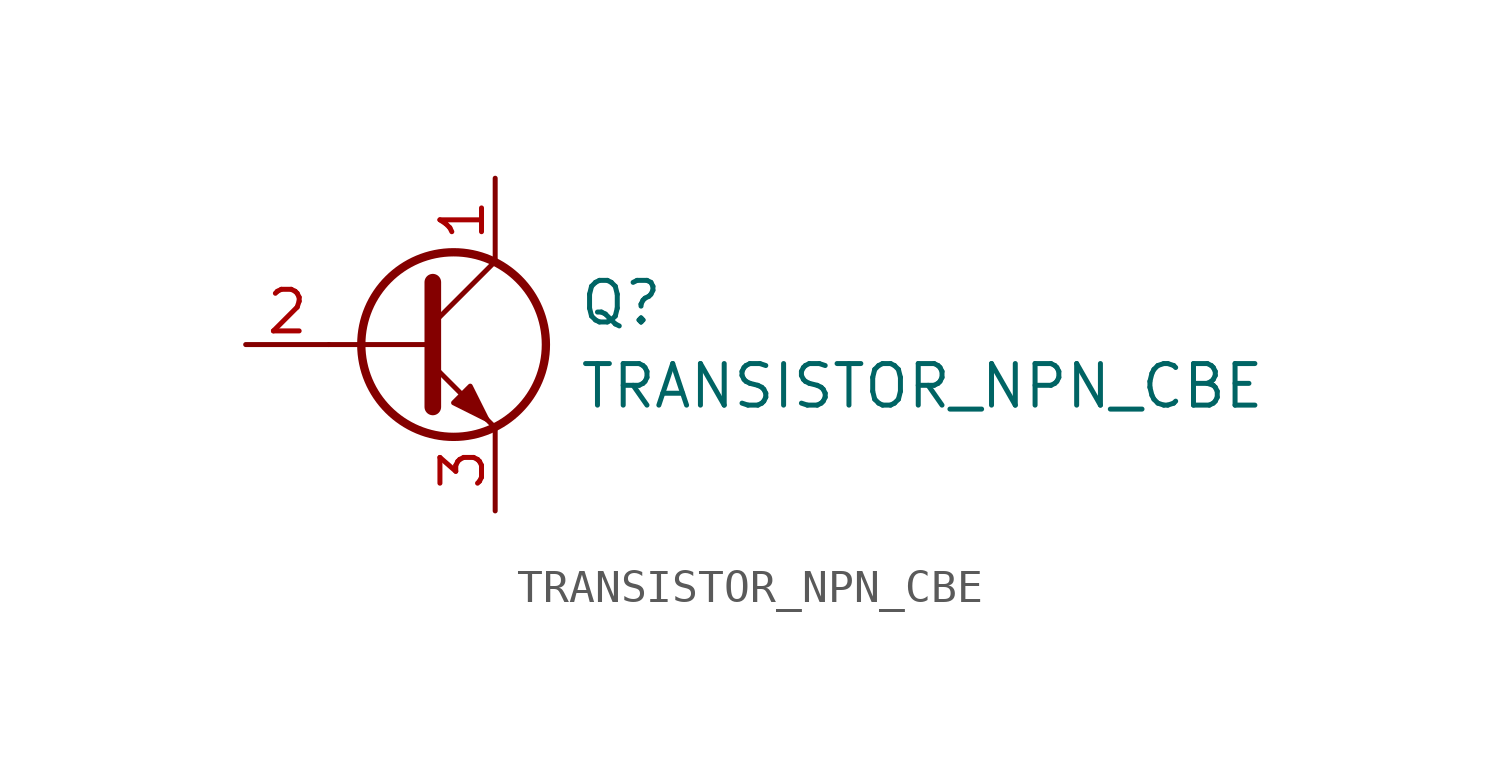
<source format=kicad_sym>
(kicad_symbol_lib
  (version 20241209)
  (generator "kicad_symbol_editor")
  (generator_version "9.0")
  (symbol "TRANSISTOR_NPN_CBE"
    (pin_names
      (offset 0)
      (hide yes))
    (property "Reference" "Q"
      (at 5.08 1.27 0)
      (effects (font (size 1.27 1.27)) (justify left)))
    (property "Value" "TRANSISTOR_NPN_CBE"
      (at 5.08 -1.27 0)
      (effects (font (size 1.27 1.27)) (justify left)))
    (symbol "TRANSISTOR_NPN_CBE_0_1"
      (polyline (pts (xy -2.54 0) (xy 0.635 0)) (stroke (width 0) (type default)) (fill (type none)))
      (polyline (pts (xy 0.635 1.905) (xy 0.635 -1.905)) (stroke (width 0.508) (type default)) (fill (type none)))
      (circle (center 1.27 0) (radius 2.819) (stroke (width 0.254) (type default)) (fill (type none))))
    (symbol "TRANSISTOR_NPN_CBE_1_1"
      (polyline (pts (xy 0.635 0.635) (xy 2.54 2.54)) (stroke (width 0) (type default)) (fill (type none)))
      (polyline (pts (xy 0.635 -0.635) (xy 2.54 -2.54)) (stroke (width 0) (type default)) (fill (type none)))
      (polyline (pts (xy 1.27 -1.778) (xy 1.778 -1.27) (xy 2.286 -2.286) (xy 1.27 -1.778)) (stroke (width 0) (type default)) (fill (type outline)))
      (pin input line (at -5.08 0 0) (length 2.54) (name "B" (effects (font (size 1.27 1.27)))) (number "2" (effects (font (size 1.27 1.27)))))
      (pin passive line (at 2.54 5.08 270) (length 2.54) (name "C" (effects (font (size 1.27 1.27)))) (number "1" (effects (font (size 1.27 1.27)))))
      (pin passive line (at 2.54 -5.08 90) (length 2.54) (name "E" (effects (font (size 1.27 1.27)))) (number "3" (effects (font (size 1.27 1.27))))))))
</source>
